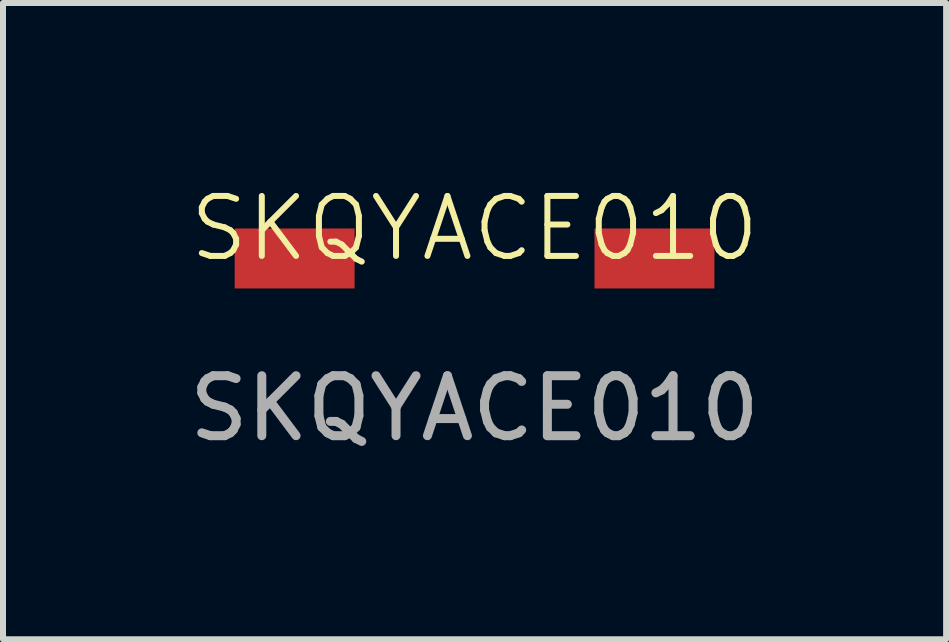
<source format=kicad_pcb>
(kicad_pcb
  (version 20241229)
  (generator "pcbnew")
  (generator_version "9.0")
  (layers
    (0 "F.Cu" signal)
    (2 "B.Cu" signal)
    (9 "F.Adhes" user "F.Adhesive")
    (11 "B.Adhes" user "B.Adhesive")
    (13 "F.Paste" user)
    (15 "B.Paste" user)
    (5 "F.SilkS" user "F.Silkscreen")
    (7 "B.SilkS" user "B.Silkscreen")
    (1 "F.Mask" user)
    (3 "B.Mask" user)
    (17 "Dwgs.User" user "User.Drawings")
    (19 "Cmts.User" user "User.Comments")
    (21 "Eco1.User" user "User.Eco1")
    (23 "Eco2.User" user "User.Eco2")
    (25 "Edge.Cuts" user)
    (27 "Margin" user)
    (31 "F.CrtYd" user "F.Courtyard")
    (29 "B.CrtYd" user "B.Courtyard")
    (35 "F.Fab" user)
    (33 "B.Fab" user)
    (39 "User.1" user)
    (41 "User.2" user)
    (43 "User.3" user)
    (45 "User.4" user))
  (footprint "SKQYACE010"
    (layer "F.Cu")
    (at 4.863 1.26)
    (property "Reference" "SKQYACE010" (at 0 -0.5 0) (unlocked yes) (layer "F.SilkS") (effects (font (size 1 1) (thickness 0.1))))
    (attr smd)
    (fp_text user "${REFERENCE}" (at 0 2.5 0) (unlocked yes) (layer "F.Fab") (effects (font (size 1 1) (thickness 0.15))))
    (pad "1" smd rect (at 3 0) (size 2 1) (layers "F.Cu" "F.Mask" "F.Paste"))
    (pad "2" smd rect (at -3 0) (size 2 1) (layers "F.Cu" "F.Mask" "F.Paste")))
  (gr_rect
    (start -3 -3)
    (end 12.726 7.609)
    (stroke (width 0.1) (type default))
    (fill no)
    (layer "Edge.Cuts")))
</source>
